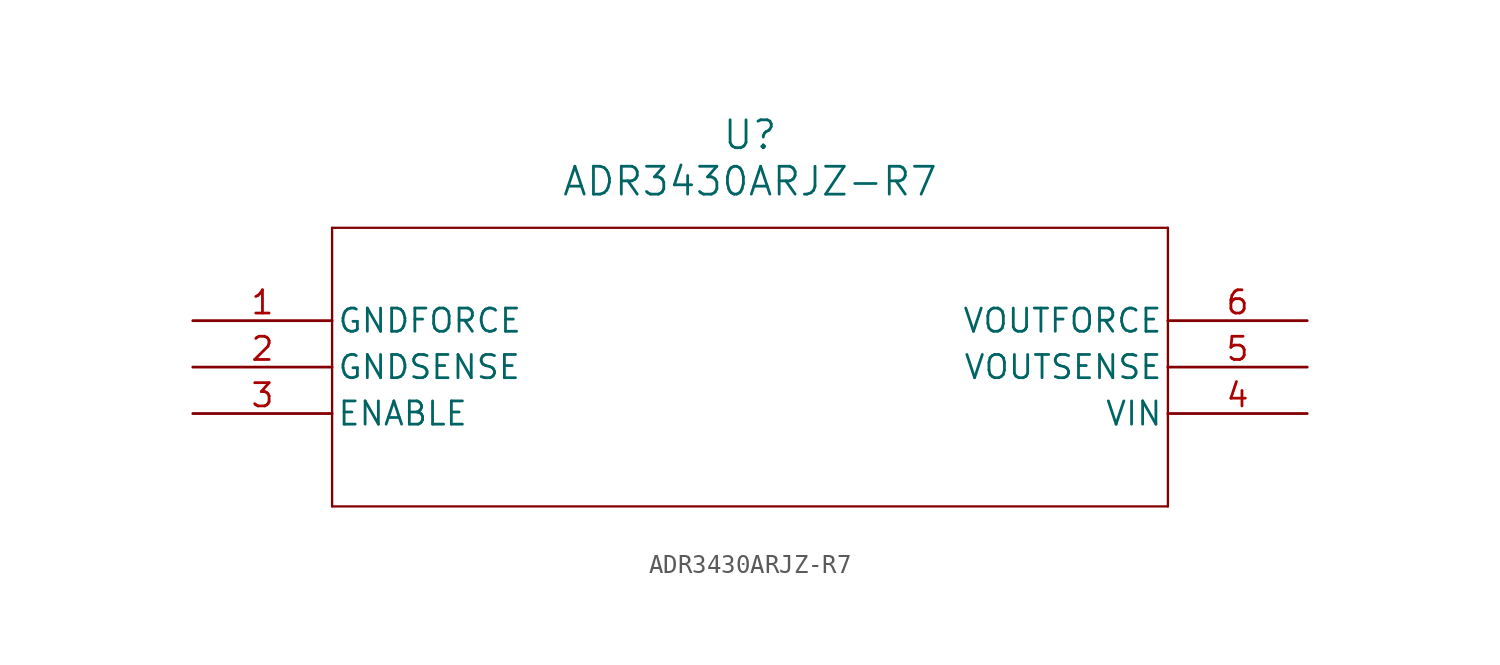
<source format=kicad_sym>
(kicad_symbol_lib
  (version 20220914)
  (generator kicad_symbol_editor)
  (symbol "ADR3430ARJZ-R7"
    (pin_names
      (offset 0.254))
    (property "Reference" "U"
      (at 30.48 10.16 0)
      (effects (font (size 1.524 1.524))))
    (property "Value" "ADR3430ARJZ-R7"
      (at 30.48 7.62 0)
      (effects (font (size 1.524 1.524))))
    (property "ki_locked" ""
      (at 0 0 0)
      (effects (font (size 1.27 1.27))))
    (symbol "ADR3430ARJZ-R7_0_1"
      (polyline (pts (xy 7.62 -10.16) (xy 53.34 -10.16)) (stroke (width 0.127) (type default)) (fill (type none)))
      (polyline (pts (xy 7.62 5.08) (xy 7.62 -10.16)) (stroke (width 0.127) (type default)) (fill (type none)))
      (polyline (pts (xy 53.34 -10.16) (xy 53.34 5.08)) (stroke (width 0.127) (type default)) (fill (type none)))
      (polyline (pts (xy 53.34 5.08) (xy 7.62 5.08)) (stroke (width 0.127) (type default)) (fill (type none)))
      (pin power_out line (at 0 0 0) (length 7.62) (name "GNDFORCE" (effects (font (size 1.27 1.27)))) (number "1" (effects (font (size 1.27 1.27)))))
      (pin power_out line (at 0 -2.54 0) (length 7.62) (name "GNDSENSE" (effects (font (size 1.27 1.27)))) (number "2" (effects (font (size 1.27 1.27)))))
      (pin unspecified line (at 0 -5.08 0) (length 7.62) (name "ENABLE" (effects (font (size 1.27 1.27)))) (number "3" (effects (font (size 1.27 1.27)))))
      (pin unspecified line (at 60.96 -5.08 180) (length 7.62) (name "VIN" (effects (font (size 1.27 1.27)))) (number "4" (effects (font (size 1.27 1.27)))))
      (pin output line (at 60.96 -2.54 180) (length 7.62) (name "VOUTSENSE" (effects (font (size 1.27 1.27)))) (number "5" (effects (font (size 1.27 1.27)))))
      (pin output line (at 60.96 0 180) (length 7.62) (name "VOUTFORCE" (effects (font (size 1.27 1.27)))) (number "6" (effects (font (size 1.27 1.27))))))))
</source>
